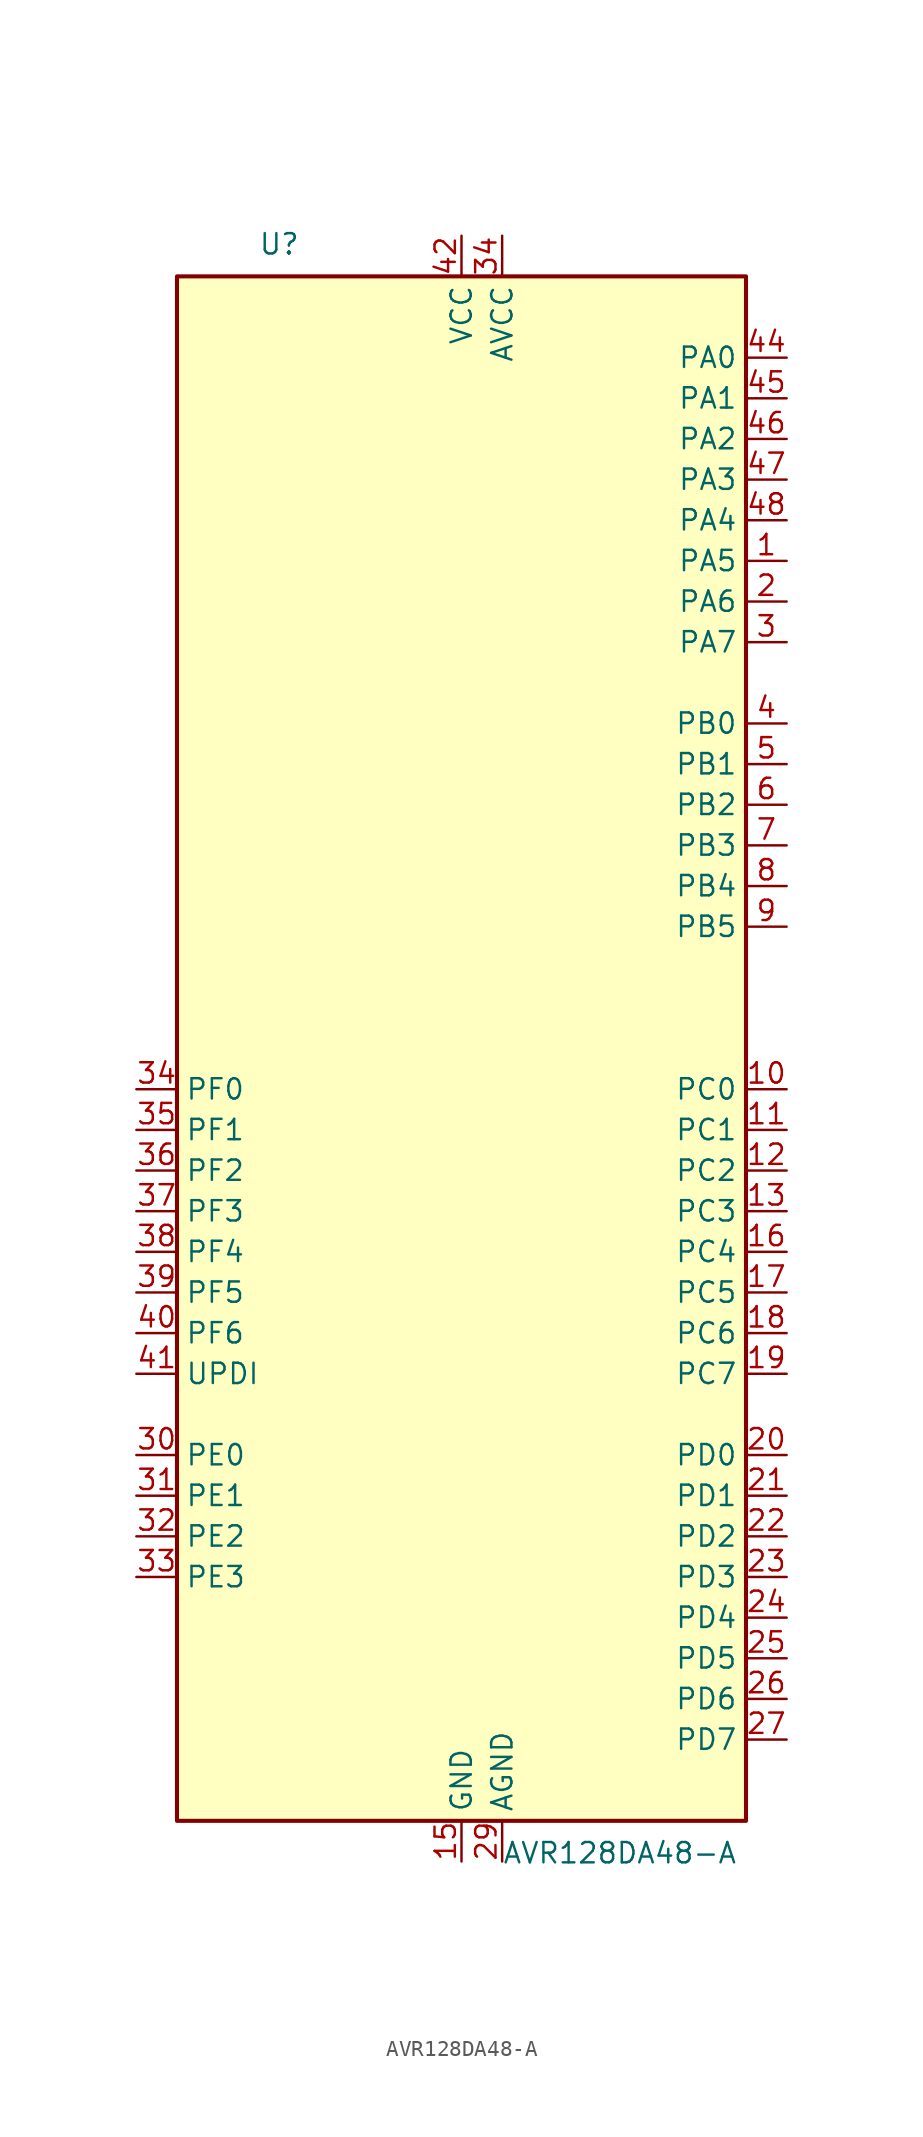
<source format=kicad_sym>
(kicad_symbol_lib
  (version 20211014)
  (generator kicad_symbol_editor)
  (symbol "AVR128DA48-A"
    (property "Reference" "U"
      (at -12.7 49.53 0)
      (effects (font (size 1.27 1.27)) (justify left bottom)))
    (property "Value" "AVR128DA48-A"
      (at 2.54 -49.53 0)
      (effects (font (size 1.27 1.27)) (justify left top)))
    (symbol "AVR128DA48-A_0_1"
      (rectangle (start -17.78 -48.26) (end 17.78 48.26) (stroke (width 0.254) (type default) (color 0 0 0 0)) (fill (type background))))
    (symbol "AVR128DA48-A_1_1"
      (pin bidirectional line (at 20.32 30.48 180) (length 2.54) (name "PA5" (effects (font (size 1.27 1.27)))) (number "1" (effects (font (size 1.27 1.27)))) (alternate "SPI0-MISO" bidirectional line) (alternate "TCA0-WO5" output line) (alternate "TCD0-WOB" output line) (alternate "USART0-RXD(1)" input line) (alternate "X5" output line) (alternate "Y5" bidirectional line))
      (pin bidirectional line (at 20.32 -2.54 180) (length 2.54) (name "PC0" (effects (font (size 1.27 1.27)))) (number "10" (effects (font (size 1.27 1.27)))) (alternate "LUT1-IN0" input line) (alternate "SPI1-MOSI" bidirectional line) (alternate "TCA0-WO0(2)" output line) (alternate "TCB2-WO" output line) (alternate "USART1-TXD" bidirectional line))
      (pin bidirectional line (at 20.32 -5.08 180) (length 2.54) (name "PC1" (effects (font (size 1.27 1.27)))) (number "11" (effects (font (size 1.27 1.27)))) (alternate "LUT1-IN1" input line) (alternate "SPI1-MISO" bidirectional line) (alternate "TCA0-WO1(2)" output line) (alternate "TCB3-WO(1)" output line) (alternate "USART1-RXD" input line))
      (pin bidirectional line (at 20.32 -7.62 180) (length 2.54) (name "PC2" (effects (font (size 1.27 1.27)))) (number "12" (effects (font (size 1.27 1.27)))) (alternate "EVOUTC" output line) (alternate "LUT1-IN2" input line) (alternate "SPI1-SCK" bidirectional line) (alternate "TCA-WO2(2)" output line) (alternate "TWI0-SDA(MS+)(0,2)" bidirectional line) (alternate "USART1-XCK" bidirectional line))
      (pin bidirectional line (at 20.32 -10.16 180) (length 2.54) (name "PC3" (effects (font (size 1.27 1.27)))) (number "13" (effects (font (size 1.27 1.27)))) (alternate "LUT1-OUT" output line) (alternate "SPI1-~{SS}" bidirectional line) (alternate "TCA0-WO3(2)" output line) (alternate "TWI0-SCL(MS)(0,2" bidirectional line) (alternate "USART1-XDIR" output line))
      (pin power_in line (at 0 50.8 270) (length 2.54) hide (name "VCC" (effects (font (size 1.27 1.27)))) (number "14" (effects (font (size 1.27 1.27)))))
      (pin power_in line (at 0 -50.8 90) (length 2.54) (name "GND" (effects (font (size 1.27 1.27)))) (number "15" (effects (font (size 1.27 1.27)))))
      (pin bidirectional line (at 20.32 -12.7 180) (length 2.54) (name "PC4" (effects (font (size 1.27 1.27)))) (number "16" (effects (font (size 1.27 1.27)))) (alternate "SPI1-MOSI(1)" bidirectional line) (alternate "TCA0-WO4(2)" output line) (alternate "TCA1-WO0(1)" output line) (alternate "USART1-TXD(1)" bidirectional line))
      (pin bidirectional line (at 20.32 -15.24 180) (length 2.54) (name "PC5" (effects (font (size 1.27 1.27)))) (number "17" (effects (font (size 1.27 1.27)))) (alternate "SPI1-MISO(1)" bidirectional line) (alternate "TCA0-WO5(2)" output line) (alternate "TCA1-WO1(1)" output line) (alternate "USART1-RXD(1)" input line))
      (pin bidirectional line (at 20.32 -17.78 180) (length 2.54) (name "PC6" (effects (font (size 1.27 1.27)))) (number "18" (effects (font (size 1.27 1.27)))) (alternate "AC0-OUT(1)" output line) (alternate "AC1-OUT(1)" output line) (alternate "AC2-OUT(1)" output line) (alternate "LUT1-OUT(1)" output line) (alternate "SPI1-SCK(1)" bidirectional line) (alternate "TCA-WO2(2)" output line) (alternate "TWI0-SDA(S)(1,2)" bidirectional line) (alternate "USART1-XCK(1)" bidirectional line))
      (pin bidirectional line (at 20.32 -20.32 180) (length 2.54) (name "PC7" (effects (font (size 1.27 1.27)))) (number "19" (effects (font (size 1.27 1.27)))) (alternate "EVOUTC(1)" output line) (alternate "SPI1-~{SS}(1)" bidirectional line) (alternate "TWI0-SCL(S)(1,2)" bidirectional line) (alternate "USART1-XDIR(1)" output line) (alternate "ZCD0-OUT(1)" output line) (alternate "ZCD1-OUT(1)" output line) (alternate "ZCD2-OUT(1)" output line))
      (pin bidirectional line (at 20.32 27.94 180) (length 2.54) (name "PA6" (effects (font (size 1.27 1.27)))) (number "2" (effects (font (size 1.27 1.27)))) (alternate "LUT0-OUT(1)" output line) (alternate "SPI0-SCK" bidirectional line) (alternate "TCD0-WOC" output line) (alternate "USART0-XCK(1)" bidirectional line) (alternate "X6" output line) (alternate "Y6" bidirectional line))
      (pin bidirectional line (at 20.32 -25.4 180) (length 2.54) (name "PD0" (effects (font (size 1.27 1.27)))) (number "20" (effects (font (size 1.27 1.27)))) (alternate "AC0-AINN1" input line) (alternate "AC1-AINN1" input line) (alternate "AC2-AINN1" input line) (alternate "ADC0-AIN0" input line) (alternate "LUT2-IN0" input line) (alternate "TC0-WO0(3)" output line) (alternate "X16" output line) (alternate "Y16" bidirectional line))
      (pin bidirectional line (at 20.32 -27.94 180) (length 2.54) (name "PD1" (effects (font (size 1.27 1.27)))) (number "21" (effects (font (size 1.27 1.27)))) (alternate "ADC0-AIN1" input line) (alternate "LUT2-IN1" input line) (alternate "TCA0-WO1(3)" output line) (alternate "X17" output line) (alternate "Y17" bidirectional line) (alternate "ZCD0-ZCIN" input line))
      (pin bidirectional line (at 20.32 -30.48 180) (length 2.54) (name "PD2" (effects (font (size 1.27 1.27)))) (number "22" (effects (font (size 1.27 1.27)))) (alternate "AC0-AINP0" input line) (alternate "AC1-AINP0" input line) (alternate "AC2-AINP0" input line) (alternate "ADC0-AIN2" input line) (alternate "EVOUTD" output line) (alternate "LUT2-IN2" input line) (alternate "TCA0-WO2(3)" output line) (alternate "X18" output line) (alternate "Y18" bidirectional line))
      (pin bidirectional line (at 20.32 -33.02 180) (length 2.54) (name "PD3" (effects (font (size 1.27 1.27)))) (number "23" (effects (font (size 1.27 1.27)))) (alternate "AC0-AINN0" input line) (alternate "AC1-AINP1" input line) (alternate "ADC0-AIN3" input line) (alternate "LUT2-OUT" output line) (alternate "TCA0-WO3(3)" output line) (alternate "X19" output line) (alternate "Y19" bidirectional line))
      (pin bidirectional line (at 20.32 -35.56 180) (length 2.54) (name "PD4" (effects (font (size 1.27 1.27)))) (number "24" (effects (font (size 1.27 1.27)))) (alternate "AC1-AINP2" input line) (alternate "AC2-AINP1" input line) (alternate "ADC0-AIN4" input line) (alternate "TCA0-WO4(3)" output line) (alternate "X20" output line) (alternate "Y20" bidirectional line))
      (pin bidirectional line (at 20.32 -38.1 180) (length 2.54) (name "PD5" (effects (font (size 1.27 1.27)))) (number "25" (effects (font (size 1.27 1.27)))) (alternate "AC1-AINN0" input line) (alternate "ADC0-AIN5" input line) (alternate "TCA0-WO5(3)" output line) (alternate "X21" output line) (alternate "Y21" bidirectional line))
      (pin bidirectional line (at 20.32 -40.64 180) (length 2.54) (name "PD6" (effects (font (size 1.27 1.27)))) (number "26" (effects (font (size 1.27 1.27)))) (alternate "AC0-AINP3" input line) (alternate "AC1-AINP3" input line) (alternate "AC2-AINP3" input line) (alternate "ADC0-AIN6" input line) (alternate "DAC0-OUT" output line) (alternate "LUT2-OUT(1)" output line) (alternate "X22" output line) (alternate "Y22" bidirectional line))
      (pin bidirectional line (at 20.32 -43.18 180) (length 2.54) (name "PD7" (effects (font (size 1.27 1.27)))) (number "27" (effects (font (size 1.27 1.27)))) (alternate "AC0-AINN2" input line) (alternate "AC1-AINN2" input line) (alternate "AC2-AINN0/2" input line) (alternate "ADC0-AIN7" input line) (alternate "EVOUTD(1)" output line) (alternate "VREFA" input line) (alternate "X23" output line) (alternate "Y23" bidirectional line))
      (pin power_in line (at 2.54 -50.8 90) (length 2.54) (name "AGND" (effects (font (size 1.27 1.27)))) (number "29" (effects (font (size 1.27 1.27)))))
      (pin bidirectional line (at 20.32 25.4 180) (length 2.54) (name "PA7" (effects (font (size 1.27 1.27)))) (number "3" (effects (font (size 1.27 1.27)))) (alternate "AC0-OUT" output line) (alternate "AC1-OUT" output line) (alternate "AC2-OUT" output line) (alternate "CLKOUT" output line) (alternate "EVOUTA(1)" output line) (alternate "SPI0-~{SS}" bidirectional line) (alternate "TCD0-WOD" output line) (alternate "USART0-XDIR(1)" output line) (alternate "X7" output line) (alternate "Y7" bidirectional line) (alternate "ZCD0-OUT" output line) (alternate "ZCD1-OUT" output line) (alternate "ZDC2-OUT" output line))
      (pin bidirectional line (at -20.32 -25.4 0) (length 2.54) (name "PE0" (effects (font (size 1.27 1.27)))) (number "30" (effects (font (size 1.27 1.27)))) (alternate "AC0-AINP1" input line) (alternate "ADC0-AIN8" input line) (alternate "SPI0-MOSI(1)" bidirectional line) (alternate "TCA0-WO0(4)" output line) (alternate "USART4-TXD" output line) (alternate "X24" output line) (alternate "Y24" bidirectional line))
      (pin bidirectional line (at -20.32 -27.94 0) (length 2.54) (name "PE1" (effects (font (size 1.27 1.27)))) (number "31" (effects (font (size 1.27 1.27)))) (alternate "AC2-AINP2" input line) (alternate "ADC-AIN9" input line) (alternate "SPI0-MISO(1)" bidirectional line) (alternate "TCA0-WO1(4)" output line) (alternate "USART4-RXD" input line) (alternate "X25" output line) (alternate "Y25" bidirectional line))
      (pin bidirectional line (at -20.32 -30.48 0) (length 2.54) (name "PE2" (effects (font (size 1.27 1.27)))) (number "32" (effects (font (size 1.27 1.27)))) (alternate "AC0-AINP2" input line) (alternate "ADC0-AIN10" input line) (alternate "EVOUTE" output line) (alternate "OP2-OUT" output line) (alternate "SPI0-SCK(1)" bidirectional line) (alternate "TCA0-WO2(4)" output line) (alternate "USART4-XCK" bidirectional line) (alternate "X26" output line) (alternate "Y26" bidirectional line))
      (pin bidirectional line (at -20.32 -33.02 0) (length 2.54) (name "PE3" (effects (font (size 1.27 1.27)))) (number "33" (effects (font (size 1.27 1.27)))) (alternate "ADC0-AIN11" input line) (alternate "SPI0-~{SS}(1)" bidirectional line) (alternate "TCA0-WO3(4)" output line) (alternate "USART4-XDIR" output line) (alternate "X27" output line) (alternate "Y27" bidirectional line) (alternate "ZCD1-ZCIN" input line))
      (pin power_in line (at 2.54 50.8 270) (length 2.54) (name "AVCC" (effects (font (size 1.27 1.27)))) (number "34" (effects (font (size 1.27 1.27)))))
      (pin bidirectional line (at -20.32 -2.54 0) (length 2.54) (name "PF0" (effects (font (size 1.27 1.27)))) (number "34" (effects (font (size 1.27 1.27)))) (alternate "ADC0-AIN16(P)" input line) (alternate "LUT3-IN0" input line) (alternate "TCA0-WO0(5)" output line) (alternate "TCD0-WOA(2)" output line) (alternate "USART2-TXD" bidirectional line) (alternate "X32" output line) (alternate "XTAL32K1" passive line) (alternate "Y32" bidirectional line))
      (pin bidirectional line (at -20.32 -5.08 0) (length 2.54) (name "PF1" (effects (font (size 1.27 1.27)))) (number "35" (effects (font (size 1.27 1.27)))) (alternate "ADC0-AIN17(P)" input line) (alternate "LUT3-IN1" input line) (alternate "TCA0-WO1(5)" output line) (alternate "TCD0-WOB(2)" output line) (alternate "USART2-RXD" input line) (alternate "X33" output line) (alternate "XTAL32K2" passive line) (alternate "Y33" bidirectional line))
      (pin bidirectional line (at -20.32 -7.62 0) (length 2.54) (name "PF2" (effects (font (size 1.27 1.27)))) (number "36" (effects (font (size 1.27 1.27)))) (alternate "ADC0-AIN18(P)" input line) (alternate "EVOUTF" output line) (alternate "LUT3-IN2" input line) (alternate "TCA0-WO2(5)" output line) (alternate "TCD0-WOC(2)" output line) (alternate "TWI1-SDA(MS+)" bidirectional line) (alternate "USART2-XCK" bidirectional line) (alternate "X34" output line) (alternate "Y34" bidirectional line))
      (pin bidirectional line (at -20.32 -10.16 0) (length 2.54) (name "PF3" (effects (font (size 1.27 1.27)))) (number "37" (effects (font (size 1.27 1.27)))) (alternate "ADC0-AIN19(P)" input line) (alternate "LUT3-OUT" output line) (alternate "TCA0-WO3(5)" output line) (alternate "TCD0-WOD(2)" output line) (alternate "TWI1-SCL(MS+)" bidirectional line) (alternate "USART2-XDIR" output line) (alternate "X35" output line) (alternate "Y35" bidirectional line))
      (pin bidirectional line (at -20.32 -12.7 0) (length 2.54) (name "PF4" (effects (font (size 1.27 1.27)))) (number "38" (effects (font (size 1.27 1.27)))) (alternate "ADC0-AIN20(P)" input line) (alternate "TCA0-WO4(5)" output line) (alternate "TCB0-WO(1)" output line) (alternate "USART2-TXD(1)" output line) (alternate "X36" output line) (alternate "Y36" bidirectional line))
      (pin bidirectional line (at -20.32 -15.24 0) (length 2.54) (name "PF5" (effects (font (size 1.27 1.27)))) (number "39" (effects (font (size 1.27 1.27)))) (alternate "ADC0-AIN21(P)" input line) (alternate "TCA0-WO5(5)" output line) (alternate "TCB1-WO(1)" output line) (alternate "USART2-RXD(1)" input line) (alternate "X37" output line) (alternate "Y37" bidirectional line))
      (pin bidirectional line (at 20.32 20.32 180) (length 2.54) (name "PB0" (effects (font (size 1.27 1.27)))) (number "4" (effects (font (size 1.27 1.27)))) (alternate "LUT4-IN0" input line) (alternate "TCA0-WO0(1)" output line) (alternate "TCA1-WO0" output line) (alternate "UART3-TXD" bidirectional line) (alternate "X8" output line) (alternate "Y8" bidirectional line))
      (pin input line (at -20.32 -17.78 0) (length 2.54) (name "PF6" (effects (font (size 1.27 1.27)))) (number "40" (effects (font (size 1.27 1.27)))) (alternate "~{RESET}" input line))
      (pin bidirectional line (at -20.32 -20.32 0) (length 2.54) (name "UPDI" (effects (font (size 1.27 1.27)))) (number "41" (effects (font (size 1.27 1.27)))))
      (pin power_in line (at 0 50.8 270) (length 2.54) (name "VCC" (effects (font (size 1.27 1.27)))) (number "42" (effects (font (size 1.27 1.27)))))
      (pin power_in line (at 0 -50.8 90) (length 2.54) hide (name "GND" (effects (font (size 1.27 1.27)))) (number "43" (effects (font (size 1.27 1.27)))))
      (pin bidirectional line (at 20.32 43.18 180) (length 2.54) (name "PA0" (effects (font (size 1.27 1.27)))) (number "44" (effects (font (size 1.27 1.27)))) (alternate "EXTCLK" input clock) (alternate "LUT0-IN0" input line) (alternate "TCA0-WO0" output line) (alternate "USART0-TXD" bidirectional line) (alternate "X0" output line) (alternate "Y0" bidirectional line))
      (pin bidirectional line (at 20.32 40.64 180) (length 2.54) (name "PA1" (effects (font (size 1.27 1.27)))) (number "45" (effects (font (size 1.27 1.27)))) (alternate "LUT0-IN1" input line) (alternate "TCA0-WO1" output line) (alternate "USART0-RXD" input line) (alternate "X1" output line) (alternate "Y1" bidirectional line))
      (pin bidirectional line (at 20.32 38.1 180) (length 2.54) (name "PA2" (effects (font (size 1.27 1.27)))) (number "46" (effects (font (size 1.27 1.27)))) (alternate "EVOUTA" output line) (alternate "LUT0-IN2" input line) (alternate "TCA0-WO2" output line) (alternate "TCB0-WO" output line) (alternate "TWI0-SDA(MS)" bidirectional line) (alternate "USART0-XCK" bidirectional line) (alternate "X2" output line) (alternate "Y2" bidirectional line))
      (pin bidirectional line (at 20.32 35.56 180) (length 2.54) (name "PA3" (effects (font (size 1.27 1.27)))) (number "47" (effects (font (size 1.27 1.27)))) (alternate "LUT0-OUT" output line) (alternate "TCA0-WO3" output line) (alternate "TCB1-WO" output line) (alternate "TWI0-SCL(MS)" bidirectional line) (alternate "USART0-XDIR" output line) (alternate "X3" output line) (alternate "Y3" bidirectional line))
      (pin bidirectional line (at 20.32 33.02 180) (length 2.54) (name "PA4" (effects (font (size 1.27 1.27)))) (number "48" (effects (font (size 1.27 1.27)))) (alternate "SPI0-MOSI" bidirectional line) (alternate "TCA0-WO4" output line) (alternate "TCD0-WOA" output line) (alternate "USART0-TXD(1)" bidirectional line) (alternate "X4" output line) (alternate "Y4" bidirectional line))
      (pin bidirectional line (at 20.32 17.78 180) (length 2.54) (name "PB1" (effects (font (size 1.27 1.27)))) (number "5" (effects (font (size 1.27 1.27)))) (alternate "LUT4-IN1" input line) (alternate "TCA0-WO1(1)" output line) (alternate "TCA1-WO0" output line) (alternate "USART3-RXD" input line) (alternate "X9" output line) (alternate "Y9" bidirectional line))
      (pin bidirectional line (at 20.32 15.24 180) (length 2.54) (name "PB2" (effects (font (size 1.27 1.27)))) (number "6" (effects (font (size 1.27 1.27)))) (alternate "EVOUTB" output line) (alternate "LUT4-IN2" input line) (alternate "TCA0-WO2(1)" output line) (alternate "TCA1-WO2" output line) (alternate "TWI1-SDA(MS)(0,2)" bidirectional line) (alternate "USART3-XCK" bidirectional line) (alternate "X10" output line) (alternate "Y10" bidirectional line))
      (pin bidirectional line (at 20.32 12.7 180) (length 2.54) (name "PB3" (effects (font (size 1.27 1.27)))) (number "7" (effects (font (size 1.27 1.27)))) (alternate "LUT4-OUT" output line) (alternate "TCA0-WO3(1)" output line) (alternate "TCA1-WO3" output line) (alternate "USART1-SCL(MS)(0,2)" bidirectional line) (alternate "USART3-XDIR" output line) (alternate "X11" output line) (alternate "Y11" bidirectional line))
      (pin bidirectional line (at 20.32 10.16 180) (length 2.54) (name "PB4" (effects (font (size 1.27 1.27)))) (number "8" (effects (font (size 1.27 1.27)))) (alternate "SPI1-MOSI(2)" bidirectional line) (alternate "TCA0-WO4(1)" output line) (alternate "TCA1-WO4" output line) (alternate "TCB2-WO(1)" output line) (alternate "TCD0-WOA(1)" output line) (alternate "USART3-TXD(1)" bidirectional line) (alternate "X12" output line) (alternate "Y12" bidirectional line))
      (pin bidirectional line (at 20.32 7.62 180) (length 2.54) (name "PB5" (effects (font (size 1.27 1.27)))) (number "9" (effects (font (size 1.27 1.27)))) (alternate "SPI1-MISO(2)" bidirectional line) (alternate "TCA0-WO5(1)" output line) (alternate "TCA1-WO5" output line) (alternate "TCB3-WO" output line) (alternate "TCD0-WOB(1)" output line) (alternate "USART3-RXD(1)" input line) (alternate "X13" output line) (alternate "Y13" bidirectional line)))))
</source>
